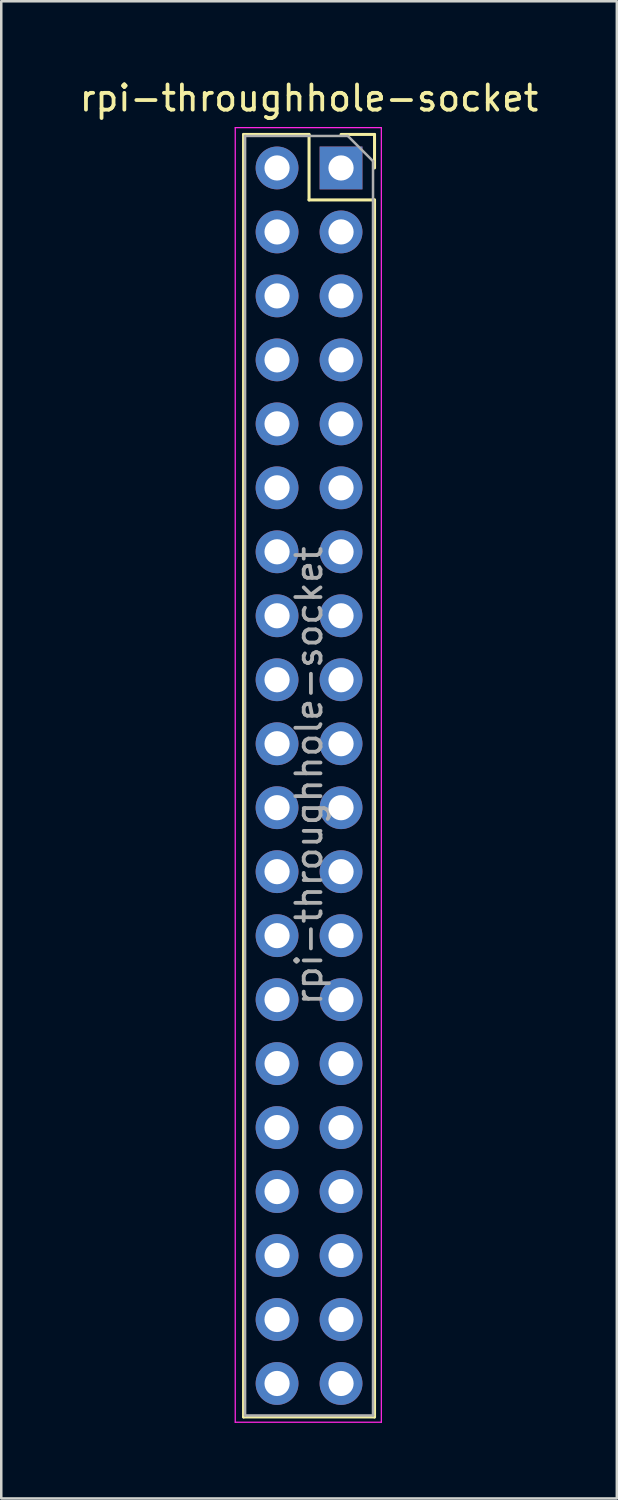
<source format=kicad_pcb>
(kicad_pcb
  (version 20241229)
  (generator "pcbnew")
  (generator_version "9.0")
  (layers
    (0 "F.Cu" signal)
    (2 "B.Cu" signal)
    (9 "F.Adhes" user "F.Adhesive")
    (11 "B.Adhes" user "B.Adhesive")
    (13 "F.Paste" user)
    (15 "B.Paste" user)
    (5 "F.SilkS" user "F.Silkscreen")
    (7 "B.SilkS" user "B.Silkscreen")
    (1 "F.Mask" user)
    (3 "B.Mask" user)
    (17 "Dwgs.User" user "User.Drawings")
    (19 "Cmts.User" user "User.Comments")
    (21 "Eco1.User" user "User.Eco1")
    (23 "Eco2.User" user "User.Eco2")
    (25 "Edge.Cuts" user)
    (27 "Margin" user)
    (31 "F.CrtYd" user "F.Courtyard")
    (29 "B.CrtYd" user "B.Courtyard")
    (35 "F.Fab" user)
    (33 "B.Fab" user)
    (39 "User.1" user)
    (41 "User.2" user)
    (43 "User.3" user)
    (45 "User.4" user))
  (footprint "rpi-throughhole-socket"
    (layer "F.Cu")
    (at 10.49 3.618)
    (property "Reference" "rpi-throughhole-socket" (at -1.27 -2.77 0) (layer "F.SilkS") (effects (font (size 1 1) (thickness 0.15))))
    (attr through_hole)
    (fp_line (start -3.87 -1.33) (end -3.87 49.59) (stroke (width 0.12) (type solid)) (layer "F.SilkS"))
    (fp_line (start -3.87 -1.33) (end -1.27 -1.33) (stroke (width 0.12) (type solid)) (layer "F.SilkS"))
    (fp_line (start -3.87 49.59) (end 1.33 49.59) (stroke (width 0.12) (type solid)) (layer "F.SilkS"))
    (fp_line (start -1.27 -1.33) (end -1.27 1.27) (stroke (width 0.12) (type solid)) (layer "F.SilkS"))
    (fp_line (start -1.27 1.27) (end 1.33 1.27) (stroke (width 0.12) (type solid)) (layer "F.SilkS"))
    (fp_line (start 0 -1.33) (end 1.33 -1.33) (stroke (width 0.12) (type solid)) (layer "F.SilkS"))
    (fp_line (start 1.33 -1.33) (end 1.33 0) (stroke (width 0.12) (type solid)) (layer "F.SilkS"))
    (fp_line (start 1.33 1.27) (end 1.33 49.59) (stroke (width 0.12) (type solid)) (layer "F.SilkS"))
    (fp_line (start -4.2 -1.6) (end 1.6 -1.6) (stroke (width 0.05) (type solid)) (layer "F.CrtYd"))
    (fp_line (start -4.2 49.8) (end -4.2 -1.6) (stroke (width 0.05) (type solid)) (layer "F.CrtYd"))
    (fp_line (start 1.6 -1.6) (end 1.6 49.8) (stroke (width 0.05) (type solid)) (layer "F.CrtYd"))
    (fp_line (start 1.6 49.8) (end -4.2 49.8) (stroke (width 0.05) (type solid)) (layer "F.CrtYd"))
    (fp_line (start -3.81 -1.27) (end 0.27 -1.27) (stroke (width 0.1) (type solid)) (layer "F.Fab"))
    (fp_line (start -3.81 49.53) (end -3.81 -1.27) (stroke (width 0.1) (type solid)) (layer "F.Fab"))
    (fp_line (start 0.27 -1.27) (end 1.27 -0.27) (stroke (width 0.1) (type solid)) (layer "F.Fab"))
    (fp_line (start 1.27 -0.27) (end 1.27 49.53) (stroke (width 0.1) (type solid)) (layer "F.Fab"))
    (fp_line (start 1.27 49.53) (end -3.81 49.53) (stroke (width 0.1) (type solid)) (layer "F.Fab"))
    (fp_text user "${REFERENCE}" (at -1.27 24.13 90) (layer "F.Fab") (effects (font (size 1 1) (thickness 0.15))))
    (pad "1" thru_hole rect (at 0 0) (size 1.7 1.7) (drill 1) (layers "*.Cu" "*.Mask"))
    (pad "2" thru_hole oval (at -2.54 0) (size 1.7 1.7) (drill 1) (layers "*.Cu" "*.Mask"))
    (pad "3" thru_hole oval (at 0 2.54) (size 1.7 1.7) (drill 1) (layers "*.Cu" "*.Mask"))
    (pad "4" thru_hole oval (at -2.54 2.54) (size 1.7 1.7) (drill 1) (layers "*.Cu" "*.Mask"))
    (pad "5" thru_hole oval (at 0 5.08) (size 1.7 1.7) (drill 1) (layers "*.Cu" "*.Mask"))
    (pad "6" thru_hole oval (at -2.54 5.08) (size 1.7 1.7) (drill 1) (layers "*.Cu" "*.Mask"))
    (pad "7" thru_hole oval (at 0 7.62) (size 1.7 1.7) (drill 1) (layers "*.Cu" "*.Mask"))
    (pad "8" thru_hole oval (at -2.54 7.62) (size 1.7 1.7) (drill 1) (layers "*.Cu" "*.Mask"))
    (pad "9" thru_hole oval (at 0 10.16) (size 1.7 1.7) (drill 1) (layers "*.Cu" "*.Mask"))
    (pad "10" thru_hole oval (at -2.54 10.16) (size 1.7 1.7) (drill 1) (layers "*.Cu" "*.Mask"))
    (pad "11" thru_hole oval (at 0 12.7) (size 1.7 1.7) (drill 1) (layers "*.Cu" "*.Mask"))
    (pad "12" thru_hole oval (at -2.54 12.7) (size 1.7 1.7) (drill 1) (layers "*.Cu" "*.Mask"))
    (pad "13" thru_hole oval (at 0 15.24) (size 1.7 1.7) (drill 1) (layers "*.Cu" "*.Mask"))
    (pad "14" thru_hole oval (at -2.54 15.24) (size 1.7 1.7) (drill 1) (layers "*.Cu" "*.Mask"))
    (pad "15" thru_hole oval (at 0 17.78) (size 1.7 1.7) (drill 1) (layers "*.Cu" "*.Mask"))
    (pad "16" thru_hole oval (at -2.54 17.78) (size 1.7 1.7) (drill 1) (layers "*.Cu" "*.Mask"))
    (pad "17" thru_hole oval (at 0 20.32) (size 1.7 1.7) (drill 1) (layers "*.Cu" "*.Mask"))
    (pad "18" thru_hole oval (at -2.54 20.32) (size 1.7 1.7) (drill 1) (layers "*.Cu" "*.Mask"))
    (pad "19" thru_hole oval (at 0 22.86) (size 1.7 1.7) (drill 1) (layers "*.Cu" "*.Mask"))
    (pad "20" thru_hole oval (at -2.54 22.86) (size 1.7 1.7) (drill 1) (layers "*.Cu" "*.Mask"))
    (pad "21" thru_hole oval (at 0 25.4) (size 1.7 1.7) (drill 1) (layers "*.Cu" "*.Mask"))
    (pad "22" thru_hole oval (at -2.54 25.4) (size 1.7 1.7) (drill 1) (layers "*.Cu" "*.Mask"))
    (pad "23" thru_hole oval (at 0 27.94) (size 1.7 1.7) (drill 1) (layers "*.Cu" "*.Mask"))
    (pad "24" thru_hole oval (at -2.54 27.94) (size 1.7 1.7) (drill 1) (layers "*.Cu" "*.Mask"))
    (pad "25" thru_hole oval (at 0 30.48) (size 1.7 1.7) (drill 1) (layers "*.Cu" "*.Mask"))
    (pad "26" thru_hole oval (at -2.54 30.48) (size 1.7 1.7) (drill 1) (layers "*.Cu" "*.Mask"))
    (pad "27" thru_hole oval (at 0 33.02) (size 1.7 1.7) (drill 1) (layers "*.Cu" "*.Mask"))
    (pad "28" thru_hole oval (at -2.54 33.02) (size 1.7 1.7) (drill 1) (layers "*.Cu" "*.Mask"))
    (pad "29" thru_hole oval (at 0 35.56) (size 1.7 1.7) (drill 1) (layers "*.Cu" "*.Mask"))
    (pad "30" thru_hole oval (at -2.54 35.56) (size 1.7 1.7) (drill 1) (layers "*.Cu" "*.Mask"))
    (pad "31" thru_hole oval (at 0 38.1) (size 1.7 1.7) (drill 1) (layers "*.Cu" "*.Mask"))
    (pad "32" thru_hole oval (at -2.54 38.1) (size 1.7 1.7) (drill 1) (layers "*.Cu" "*.Mask"))
    (pad "33" thru_hole oval (at 0 40.64) (size 1.7 1.7) (drill 1) (layers "*.Cu" "*.Mask"))
    (pad "34" thru_hole oval (at -2.54 40.64) (size 1.7 1.7) (drill 1) (layers "*.Cu" "*.Mask"))
    (pad "35" thru_hole oval (at 0 43.18) (size 1.7 1.7) (drill 1) (layers "*.Cu" "*.Mask"))
    (pad "36" thru_hole oval (at -2.54 43.18) (size 1.7 1.7) (drill 1) (layers "*.Cu" "*.Mask"))
    (pad "37" thru_hole oval (at 0 45.72) (size 1.7 1.7) (drill 1) (layers "*.Cu" "*.Mask"))
    (pad "38" thru_hole oval (at -2.54 45.72) (size 1.7 1.7) (drill 1) (layers "*.Cu" "*.Mask"))
    (pad "39" thru_hole oval (at 0 48.26) (size 1.7 1.7) (drill 1) (layers "*.Cu" "*.Mask"))
    (pad "40" thru_hole oval (at -2.54 48.26) (size 1.7 1.7) (drill 1) (layers "*.Cu" "*.Mask")))
  (gr_rect
    (start -3 -3)
    (end 21.44 56.443)
    (stroke (width 0.1) (type default))
    (fill no)
    (layer "Edge.Cuts")))
</source>
